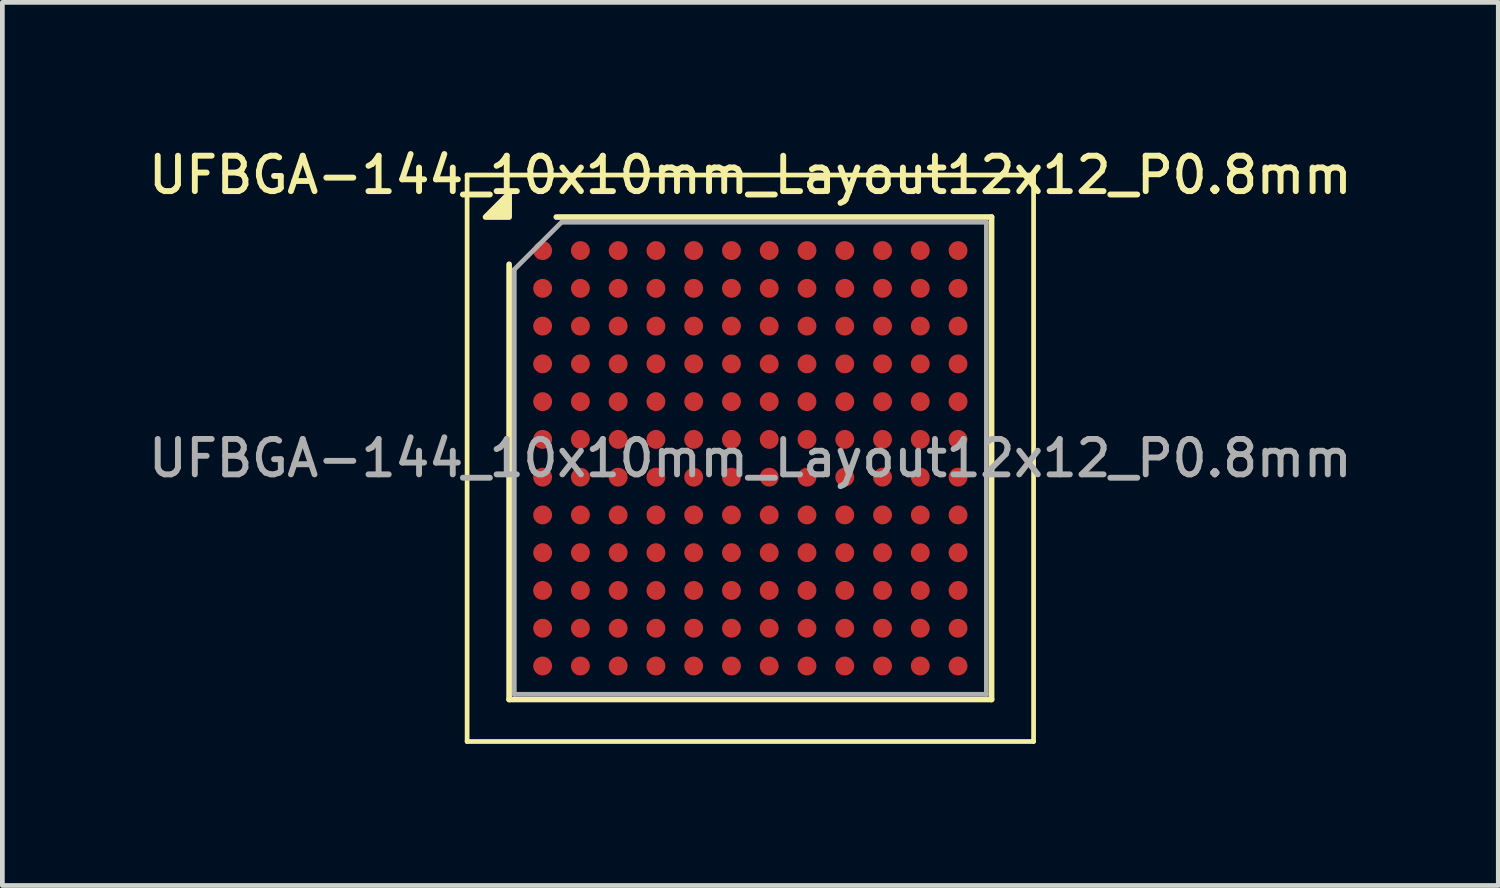
<source format=kicad_pcb>
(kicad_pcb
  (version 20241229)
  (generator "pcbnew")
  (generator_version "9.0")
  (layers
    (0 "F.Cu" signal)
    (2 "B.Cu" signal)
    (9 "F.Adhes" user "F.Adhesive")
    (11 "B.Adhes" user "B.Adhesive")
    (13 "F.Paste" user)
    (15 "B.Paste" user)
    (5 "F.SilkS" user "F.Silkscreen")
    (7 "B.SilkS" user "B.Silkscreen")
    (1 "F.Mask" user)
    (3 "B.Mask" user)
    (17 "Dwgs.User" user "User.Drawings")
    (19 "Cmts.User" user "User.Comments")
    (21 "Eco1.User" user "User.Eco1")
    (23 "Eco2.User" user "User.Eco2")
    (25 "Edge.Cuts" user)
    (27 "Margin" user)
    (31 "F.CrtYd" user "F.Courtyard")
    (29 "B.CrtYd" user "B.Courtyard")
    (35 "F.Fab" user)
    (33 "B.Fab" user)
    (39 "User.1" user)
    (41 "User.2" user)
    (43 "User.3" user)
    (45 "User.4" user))
  (footprint "UFBGA-144_10x10mm_Layout12x12_P0.8mm"
    (layer "F.Cu")
    (at 12.845 6.658)
    (property "Reference" "UFBGA-144_10x10mm_Layout12x12_P0.8mm" (at 0 -6 0) (layer "F.SilkS") (effects (font (size 0.75 0.75) (thickness 0.125))))
    (attr smd)
    (fp_line (start -6 -6) (end -6 6) (stroke (width 0.1) (type solid)) (layer "F.SilkS"))
    (fp_line (start -6 6) (end 6 6) (stroke (width 0.1) (type solid)) (layer "F.SilkS"))
    (fp_line (start -5.11 5.11) (end -5.11 -4.11) (stroke (width 0.12) (type solid)) (layer "F.SilkS"))
    (fp_line (start -4.11 -5.11) (end 5.11 -5.11) (stroke (width 0.12) (type solid)) (layer "F.SilkS"))
    (fp_line (start 5.11 -5.11) (end 5.11 5.11) (stroke (width 0.12) (type solid)) (layer "F.SilkS"))
    (fp_line (start 5.11 5.11) (end -5.11 5.11) (stroke (width 0.12) (type solid)) (layer "F.SilkS"))
    (fp_line (start 6 -6) (end -6 -6) (stroke (width 0.1) (type solid)) (layer "F.SilkS"))
    (fp_line (start 6 6) (end 6 -6) (stroke (width 0.1) (type solid)) (layer "F.SilkS"))
    (fp_poly (pts (xy -5.11 -5.11) (xy -5.61 -5.11) (xy -5.11 -5.61) (xy -5.11 -5.11)) (stroke (width 0.12) (type solid)) (fill yes) (layer "F.SilkS"))
    (fp_line (start -5 -4) (end -4 -5) (stroke (width 0.1) (type solid)) (layer "F.Fab"))
    (fp_line (start -5 5) (end -5 -4) (stroke (width 0.1) (type solid)) (layer "F.Fab"))
    (fp_line (start -4 -5) (end 5 -5) (stroke (width 0.1) (type solid)) (layer "F.Fab"))
    (fp_line (start 5 -5) (end 5 5) (stroke (width 0.1) (type solid)) (layer "F.Fab"))
    (fp_line (start 5 5) (end -5 5) (stroke (width 0.1) (type solid)) (layer "F.Fab"))
    (fp_text user "${REFERENCE}" (at 0 0 0) (layer "F.Fab") (effects (font (size 0.75 0.75) (thickness 0.125))))
    (pad "A1" smd circle (at -4.4 -4.4) (size 0.4 0.4) (property pad_prop_bga) (layers "F.Cu" "F.Mask" "F.Paste"))
    (pad "A2" smd circle (at -3.6 -4.4) (size 0.4 0.4) (property pad_prop_bga) (layers "F.Cu" "F.Mask" "F.Paste"))
    (pad "A3" smd circle (at -2.8 -4.4) (size 0.4 0.4) (property pad_prop_bga) (layers "F.Cu" "F.Mask" "F.Paste"))
    (pad "A4" smd circle (at -2 -4.4) (size 0.4 0.4) (property pad_prop_bga) (layers "F.Cu" "F.Mask" "F.Paste"))
    (pad "A5" smd circle (at -1.2 -4.4) (size 0.4 0.4) (property pad_prop_bga) (layers "F.Cu" "F.Mask" "F.Paste"))
    (pad "A6" smd circle (at -0.4 -4.4) (size 0.4 0.4) (property pad_prop_bga) (layers "F.Cu" "F.Mask" "F.Paste"))
    (pad "A7" smd circle (at 0.4 -4.4) (size 0.4 0.4) (property pad_prop_bga) (layers "F.Cu" "F.Mask" "F.Paste"))
    (pad "A8" smd circle (at 1.2 -4.4) (size 0.4 0.4) (property pad_prop_bga) (layers "F.Cu" "F.Mask" "F.Paste"))
    (pad "A9" smd circle (at 2 -4.4) (size 0.4 0.4) (property pad_prop_bga) (layers "F.Cu" "F.Mask" "F.Paste"))
    (pad "A10" smd circle (at 2.8 -4.4) (size 0.4 0.4) (property pad_prop_bga) (layers "F.Cu" "F.Mask" "F.Paste"))
    (pad "A11" smd circle (at 3.6 -4.4) (size 0.4 0.4) (property pad_prop_bga) (layers "F.Cu" "F.Mask" "F.Paste"))
    (pad "A12" smd circle (at 4.4 -4.4) (size 0.4 0.4) (property pad_prop_bga) (layers "F.Cu" "F.Mask" "F.Paste"))
    (pad "B1" smd circle (at -4.4 -3.6) (size 0.4 0.4) (property pad_prop_bga) (layers "F.Cu" "F.Mask" "F.Paste"))
    (pad "B2" smd circle (at -3.6 -3.6) (size 0.4 0.4) (property pad_prop_bga) (layers "F.Cu" "F.Mask" "F.Paste"))
    (pad "B3" smd circle (at -2.8 -3.6) (size 0.4 0.4) (property pad_prop_bga) (layers "F.Cu" "F.Mask" "F.Paste"))
    (pad "B4" smd circle (at -2 -3.6) (size 0.4 0.4) (property pad_prop_bga) (layers "F.Cu" "F.Mask" "F.Paste"))
    (pad "B5" smd circle (at -1.2 -3.6) (size 0.4 0.4) (property pad_prop_bga) (layers "F.Cu" "F.Mask" "F.Paste"))
    (pad "B6" smd circle (at -0.4 -3.6) (size 0.4 0.4) (property pad_prop_bga) (layers "F.Cu" "F.Mask" "F.Paste"))
    (pad "B7" smd circle (at 0.4 -3.6) (size 0.4 0.4) (property pad_prop_bga) (layers "F.Cu" "F.Mask" "F.Paste"))
    (pad "B8" smd circle (at 1.2 -3.6) (size 0.4 0.4) (property pad_prop_bga) (layers "F.Cu" "F.Mask" "F.Paste"))
    (pad "B9" smd circle (at 2 -3.6) (size 0.4 0.4) (property pad_prop_bga) (layers "F.Cu" "F.Mask" "F.Paste"))
    (pad "B10" smd circle (at 2.8 -3.6) (size 0.4 0.4) (property pad_prop_bga) (layers "F.Cu" "F.Mask" "F.Paste"))
    (pad "B11" smd circle (at 3.6 -3.6) (size 0.4 0.4) (property pad_prop_bga) (layers "F.Cu" "F.Mask" "F.Paste"))
    (pad "B12" smd circle (at 4.4 -3.6) (size 0.4 0.4) (property pad_prop_bga) (layers "F.Cu" "F.Mask" "F.Paste"))
    (pad "C1" smd circle (at -4.4 -2.8) (size 0.4 0.4) (property pad_prop_bga) (layers "F.Cu" "F.Mask" "F.Paste"))
    (pad "C2" smd circle (at -3.6 -2.8) (size 0.4 0.4) (property pad_prop_bga) (layers "F.Cu" "F.Mask" "F.Paste"))
    (pad "C3" smd circle (at -2.8 -2.8) (size 0.4 0.4) (property pad_prop_bga) (layers "F.Cu" "F.Mask" "F.Paste"))
    (pad "C4" smd circle (at -2 -2.8) (size 0.4 0.4) (property pad_prop_bga) (layers "F.Cu" "F.Mask" "F.Paste"))
    (pad "C5" smd circle (at -1.2 -2.8) (size 0.4 0.4) (property pad_prop_bga) (layers "F.Cu" "F.Mask" "F.Paste"))
    (pad "C6" smd circle (at -0.4 -2.8) (size 0.4 0.4) (property pad_prop_bga) (layers "F.Cu" "F.Mask" "F.Paste"))
    (pad "C7" smd circle (at 0.4 -2.8) (size 0.4 0.4) (property pad_prop_bga) (layers "F.Cu" "F.Mask" "F.Paste"))
    (pad "C8" smd circle (at 1.2 -2.8) (size 0.4 0.4) (property pad_prop_bga) (layers "F.Cu" "F.Mask" "F.Paste"))
    (pad "C9" smd circle (at 2 -2.8) (size 0.4 0.4) (property pad_prop_bga) (layers "F.Cu" "F.Mask" "F.Paste"))
    (pad "C10" smd circle (at 2.8 -2.8) (size 0.4 0.4) (property pad_prop_bga) (layers "F.Cu" "F.Mask" "F.Paste"))
    (pad "C11" smd circle (at 3.6 -2.8) (size 0.4 0.4) (property pad_prop_bga) (layers "F.Cu" "F.Mask" "F.Paste"))
    (pad "C12" smd circle (at 4.4 -2.8) (size 0.4 0.4) (property pad_prop_bga) (layers "F.Cu" "F.Mask" "F.Paste"))
    (pad "D1" smd circle (at -4.4 -2) (size 0.4 0.4) (property pad_prop_bga) (layers "F.Cu" "F.Mask" "F.Paste"))
    (pad "D2" smd circle (at -3.6 -2) (size 0.4 0.4) (property pad_prop_bga) (layers "F.Cu" "F.Mask" "F.Paste"))
    (pad "D3" smd circle (at -2.8 -2) (size 0.4 0.4) (property pad_prop_bga) (layers "F.Cu" "F.Mask" "F.Paste"))
    (pad "D4" smd circle (at -2 -2) (size 0.4 0.4) (property pad_prop_bga) (layers "F.Cu" "F.Mask" "F.Paste"))
    (pad "D5" smd circle (at -1.2 -2) (size 0.4 0.4) (property pad_prop_bga) (layers "F.Cu" "F.Mask" "F.Paste"))
    (pad "D6" smd circle (at -0.4 -2) (size 0.4 0.4) (property pad_prop_bga) (layers "F.Cu" "F.Mask" "F.Paste"))
    (pad "D7" smd circle (at 0.4 -2) (size 0.4 0.4) (property pad_prop_bga) (layers "F.Cu" "F.Mask" "F.Paste"))
    (pad "D8" smd circle (at 1.2 -2) (size 0.4 0.4) (property pad_prop_bga) (layers "F.Cu" "F.Mask" "F.Paste"))
    (pad "D9" smd circle (at 2 -2) (size 0.4 0.4) (property pad_prop_bga) (layers "F.Cu" "F.Mask" "F.Paste"))
    (pad "D10" smd circle (at 2.8 -2) (size 0.4 0.4) (property pad_prop_bga) (layers "F.Cu" "F.Mask" "F.Paste"))
    (pad "D11" smd circle (at 3.6 -2) (size 0.4 0.4) (property pad_prop_bga) (layers "F.Cu" "F.Mask" "F.Paste"))
    (pad "D12" smd circle (at 4.4 -2) (size 0.4 0.4) (property pad_prop_bga) (layers "F.Cu" "F.Mask" "F.Paste"))
    (pad "E1" smd circle (at -4.4 -1.2) (size 0.4 0.4) (property pad_prop_bga) (layers "F.Cu" "F.Mask" "F.Paste"))
    (pad "E2" smd circle (at -3.6 -1.2) (size 0.4 0.4) (property pad_prop_bga) (layers "F.Cu" "F.Mask" "F.Paste"))
    (pad "E3" smd circle (at -2.8 -1.2) (size 0.4 0.4) (property pad_prop_bga) (layers "F.Cu" "F.Mask" "F.Paste"))
    (pad "E4" smd circle (at -2 -1.2) (size 0.4 0.4) (property pad_prop_bga) (layers "F.Cu" "F.Mask" "F.Paste"))
    (pad "E5" smd circle (at -1.2 -1.2) (size 0.4 0.4) (property pad_prop_bga) (layers "F.Cu" "F.Mask" "F.Paste"))
    (pad "E6" smd circle (at -0.4 -1.2) (size 0.4 0.4) (property pad_prop_bga) (layers "F.Cu" "F.Mask" "F.Paste"))
    (pad "E7" smd circle (at 0.4 -1.2) (size 0.4 0.4) (property pad_prop_bga) (layers "F.Cu" "F.Mask" "F.Paste"))
    (pad "E8" smd circle (at 1.2 -1.2) (size 0.4 0.4) (property pad_prop_bga) (layers "F.Cu" "F.Mask" "F.Paste"))
    (pad "E9" smd circle (at 2 -1.2) (size 0.4 0.4) (property pad_prop_bga) (layers "F.Cu" "F.Mask" "F.Paste"))
    (pad "E10" smd circle (at 2.8 -1.2) (size 0.4 0.4) (property pad_prop_bga) (layers "F.Cu" "F.Mask" "F.Paste"))
    (pad "E11" smd circle (at 3.6 -1.2) (size 0.4 0.4) (property pad_prop_bga) (layers "F.Cu" "F.Mask" "F.Paste"))
    (pad "E12" smd circle (at 4.4 -1.2) (size 0.4 0.4) (property pad_prop_bga) (layers "F.Cu" "F.Mask" "F.Paste"))
    (pad "F1" smd circle (at -4.4 -0.4) (size 0.4 0.4) (property pad_prop_bga) (layers "F.Cu" "F.Mask" "F.Paste"))
    (pad "F2" smd circle (at -3.6 -0.4) (size 0.4 0.4) (property pad_prop_bga) (layers "F.Cu" "F.Mask" "F.Paste"))
    (pad "F3" smd circle (at -2.8 -0.4) (size 0.4 0.4) (property pad_prop_bga) (layers "F.Cu" "F.Mask" "F.Paste"))
    (pad "F4" smd circle (at -2 -0.4) (size 0.4 0.4) (property pad_prop_bga) (layers "F.Cu" "F.Mask" "F.Paste"))
    (pad "F5" smd circle (at -1.2 -0.4) (size 0.4 0.4) (property pad_prop_bga) (layers "F.Cu" "F.Mask" "F.Paste"))
    (pad "F6" smd circle (at -0.4 -0.4) (size 0.4 0.4) (property pad_prop_bga) (layers "F.Cu" "F.Mask" "F.Paste"))
    (pad "F7" smd circle (at 0.4 -0.4) (size 0.4 0.4) (property pad_prop_bga) (layers "F.Cu" "F.Mask" "F.Paste"))
    (pad "F8" smd circle (at 1.2 -0.4) (size 0.4 0.4) (property pad_prop_bga) (layers "F.Cu" "F.Mask" "F.Paste"))
    (pad "F9" smd circle (at 2 -0.4) (size 0.4 0.4) (property pad_prop_bga) (layers "F.Cu" "F.Mask" "F.Paste"))
    (pad "F10" smd circle (at 2.8 -0.4) (size 0.4 0.4) (property pad_prop_bga) (layers "F.Cu" "F.Mask" "F.Paste"))
    (pad "F11" smd circle (at 3.6 -0.4) (size 0.4 0.4) (property pad_prop_bga) (layers "F.Cu" "F.Mask" "F.Paste"))
    (pad "F12" smd circle (at 4.4 -0.4) (size 0.4 0.4) (property pad_prop_bga) (layers "F.Cu" "F.Mask" "F.Paste"))
    (pad "G1" smd circle (at -4.4 0.4) (size 0.4 0.4) (property pad_prop_bga) (layers "F.Cu" "F.Mask" "F.Paste"))
    (pad "G2" smd circle (at -3.6 0.4) (size 0.4 0.4) (property pad_prop_bga) (layers "F.Cu" "F.Mask" "F.Paste"))
    (pad "G3" smd circle (at -2.8 0.4) (size 0.4 0.4) (property pad_prop_bga) (layers "F.Cu" "F.Mask" "F.Paste"))
    (pad "G4" smd circle (at -2 0.4) (size 0.4 0.4) (property pad_prop_bga) (layers "F.Cu" "F.Mask" "F.Paste"))
    (pad "G5" smd circle (at -1.2 0.4) (size 0.4 0.4) (property pad_prop_bga) (layers "F.Cu" "F.Mask" "F.Paste"))
    (pad "G6" smd circle (at -0.4 0.4) (size 0.4 0.4) (property pad_prop_bga) (layers "F.Cu" "F.Mask" "F.Paste"))
    (pad "G7" smd circle (at 0.4 0.4) (size 0.4 0.4) (property pad_prop_bga) (layers "F.Cu" "F.Mask" "F.Paste"))
    (pad "G8" smd circle (at 1.2 0.4) (size 0.4 0.4) (property pad_prop_bga) (layers "F.Cu" "F.Mask" "F.Paste"))
    (pad "G9" smd circle (at 2 0.4) (size 0.4 0.4) (property pad_prop_bga) (layers "F.Cu" "F.Mask" "F.Paste"))
    (pad "G10" smd circle (at 2.8 0.4) (size 0.4 0.4) (property pad_prop_bga) (layers "F.Cu" "F.Mask" "F.Paste"))
    (pad "G11" smd circle (at 3.6 0.4) (size 0.4 0.4) (property pad_prop_bga) (layers "F.Cu" "F.Mask" "F.Paste"))
    (pad "G12" smd circle (at 4.4 0.4) (size 0.4 0.4) (property pad_prop_bga) (layers "F.Cu" "F.Mask" "F.Paste"))
    (pad "H1" smd circle (at -4.4 1.2) (size 0.4 0.4) (property pad_prop_bga) (layers "F.Cu" "F.Mask" "F.Paste"))
    (pad "H2" smd circle (at -3.6 1.2) (size 0.4 0.4) (property pad_prop_bga) (layers "F.Cu" "F.Mask" "F.Paste"))
    (pad "H3" smd circle (at -2.8 1.2) (size 0.4 0.4) (property pad_prop_bga) (layers "F.Cu" "F.Mask" "F.Paste"))
    (pad "H4" smd circle (at -2 1.2) (size 0.4 0.4) (property pad_prop_bga) (layers "F.Cu" "F.Mask" "F.Paste"))
    (pad "H5" smd circle (at -1.2 1.2) (size 0.4 0.4) (property pad_prop_bga) (layers "F.Cu" "F.Mask" "F.Paste"))
    (pad "H6" smd circle (at -0.4 1.2) (size 0.4 0.4) (property pad_prop_bga) (layers "F.Cu" "F.Mask" "F.Paste"))
    (pad "H7" smd circle (at 0.4 1.2) (size 0.4 0.4) (property pad_prop_bga) (layers "F.Cu" "F.Mask" "F.Paste"))
    (pad "H8" smd circle (at 1.2 1.2) (size 0.4 0.4) (property pad_prop_bga) (layers "F.Cu" "F.Mask" "F.Paste"))
    (pad "H9" smd circle (at 2 1.2) (size 0.4 0.4) (property pad_prop_bga) (layers "F.Cu" "F.Mask" "F.Paste"))
    (pad "H10" smd circle (at 2.8 1.2) (size 0.4 0.4) (property pad_prop_bga) (layers "F.Cu" "F.Mask" "F.Paste"))
    (pad "H11" smd circle (at 3.6 1.2) (size 0.4 0.4) (property pad_prop_bga) (layers "F.Cu" "F.Mask" "F.Paste"))
    (pad "H12" smd circle (at 4.4 1.2) (size 0.4 0.4) (property pad_prop_bga) (layers "F.Cu" "F.Mask" "F.Paste"))
    (pad "J1" smd circle (at -4.4 2) (size 0.4 0.4) (property pad_prop_bga) (layers "F.Cu" "F.Mask" "F.Paste"))
    (pad "J2" smd circle (at -3.6 2) (size 0.4 0.4) (property pad_prop_bga) (layers "F.Cu" "F.Mask" "F.Paste"))
    (pad "J3" smd circle (at -2.8 2) (size 0.4 0.4) (property pad_prop_bga) (layers "F.Cu" "F.Mask" "F.Paste"))
    (pad "J4" smd circle (at -2 2) (size 0.4 0.4) (property pad_prop_bga) (layers "F.Cu" "F.Mask" "F.Paste"))
    (pad "J5" smd circle (at -1.2 2) (size 0.4 0.4) (property pad_prop_bga) (layers "F.Cu" "F.Mask" "F.Paste"))
    (pad "J6" smd circle (at -0.4 2) (size 0.4 0.4) (property pad_prop_bga) (layers "F.Cu" "F.Mask" "F.Paste"))
    (pad "J7" smd circle (at 0.4 2) (size 0.4 0.4) (property pad_prop_bga) (layers "F.Cu" "F.Mask" "F.Paste"))
    (pad "J8" smd circle (at 1.2 2) (size 0.4 0.4) (property pad_prop_bga) (layers "F.Cu" "F.Mask" "F.Paste"))
    (pad "J9" smd circle (at 2 2) (size 0.4 0.4) (property pad_prop_bga) (layers "F.Cu" "F.Mask" "F.Paste"))
    (pad "J10" smd circle (at 2.8 2) (size 0.4 0.4) (property pad_prop_bga) (layers "F.Cu" "F.Mask" "F.Paste"))
    (pad "J11" smd circle (at 3.6 2) (size 0.4 0.4) (property pad_prop_bga) (layers "F.Cu" "F.Mask" "F.Paste"))
    (pad "J12" smd circle (at 4.4 2) (size 0.4 0.4) (property pad_prop_bga) (layers "F.Cu" "F.Mask" "F.Paste"))
    (pad "K1" smd circle (at -4.4 2.8) (size 0.4 0.4) (property pad_prop_bga) (layers "F.Cu" "F.Mask" "F.Paste"))
    (pad "K2" smd circle (at -3.6 2.8) (size 0.4 0.4) (property pad_prop_bga) (layers "F.Cu" "F.Mask" "F.Paste"))
    (pad "K3" smd circle (at -2.8 2.8) (size 0.4 0.4) (property pad_prop_bga) (layers "F.Cu" "F.Mask" "F.Paste"))
    (pad "K4" smd circle (at -2 2.8) (size 0.4 0.4) (property pad_prop_bga) (layers "F.Cu" "F.Mask" "F.Paste"))
    (pad "K5" smd circle (at -1.2 2.8) (size 0.4 0.4) (property pad_prop_bga) (layers "F.Cu" "F.Mask" "F.Paste"))
    (pad "K6" smd circle (at -0.4 2.8) (size 0.4 0.4) (property pad_prop_bga) (layers "F.Cu" "F.Mask" "F.Paste"))
    (pad "K7" smd circle (at 0.4 2.8) (size 0.4 0.4) (property pad_prop_bga) (layers "F.Cu" "F.Mask" "F.Paste"))
    (pad "K8" smd circle (at 1.2 2.8) (size 0.4 0.4) (property pad_prop_bga) (layers "F.Cu" "F.Mask" "F.Paste"))
    (pad "K9" smd circle (at 2 2.8) (size 0.4 0.4) (property pad_prop_bga) (layers "F.Cu" "F.Mask" "F.Paste"))
    (pad "K10" smd circle (at 2.8 2.8) (size 0.4 0.4) (property pad_prop_bga) (layers "F.Cu" "F.Mask" "F.Paste"))
    (pad "K11" smd circle (at 3.6 2.8) (size 0.4 0.4) (property pad_prop_bga) (layers "F.Cu" "F.Mask" "F.Paste"))
    (pad "K12" smd circle (at 4.4 2.8) (size 0.4 0.4) (property pad_prop_bga) (layers "F.Cu" "F.Mask" "F.Paste"))
    (pad "L1" smd circle (at -4.4 3.6) (size 0.4 0.4) (property pad_prop_bga) (layers "F.Cu" "F.Mask" "F.Paste"))
    (pad "L2" smd circle (at -3.6 3.6) (size 0.4 0.4) (property pad_prop_bga) (layers "F.Cu" "F.Mask" "F.Paste"))
    (pad "L3" smd circle (at -2.8 3.6) (size 0.4 0.4) (property pad_prop_bga) (layers "F.Cu" "F.Mask" "F.Paste"))
    (pad "L4" smd circle (at -2 3.6) (size 0.4 0.4) (property pad_prop_bga) (layers "F.Cu" "F.Mask" "F.Paste"))
    (pad "L5" smd circle (at -1.2 3.6) (size 0.4 0.4) (property pad_prop_bga) (layers "F.Cu" "F.Mask" "F.Paste"))
    (pad "L6" smd circle (at -0.4 3.6) (size 0.4 0.4) (property pad_prop_bga) (layers "F.Cu" "F.Mask" "F.Paste"))
    (pad "L7" smd circle (at 0.4 3.6) (size 0.4 0.4) (property pad_prop_bga) (layers "F.Cu" "F.Mask" "F.Paste"))
    (pad "L8" smd circle (at 1.2 3.6) (size 0.4 0.4) (property pad_prop_bga) (layers "F.Cu" "F.Mask" "F.Paste"))
    (pad "L9" smd circle (at 2 3.6) (size 0.4 0.4) (property pad_prop_bga) (layers "F.Cu" "F.Mask" "F.Paste"))
    (pad "L10" smd circle (at 2.8 3.6) (size 0.4 0.4) (property pad_prop_bga) (layers "F.Cu" "F.Mask" "F.Paste"))
    (pad "L11" smd circle (at 3.6 3.6) (size 0.4 0.4) (property pad_prop_bga) (layers "F.Cu" "F.Mask" "F.Paste"))
    (pad "L12" smd circle (at 4.4 3.6) (size 0.4 0.4) (property pad_prop_bga) (layers "F.Cu" "F.Mask" "F.Paste"))
    (pad "M1" smd circle (at -4.4 4.4) (size 0.4 0.4) (property pad_prop_bga) (layers "F.Cu" "F.Mask" "F.Paste"))
    (pad "M2" smd circle (at -3.6 4.4) (size 0.4 0.4) (property pad_prop_bga) (layers "F.Cu" "F.Mask" "F.Paste"))
    (pad "M3" smd circle (at -2.8 4.4) (size 0.4 0.4) (property pad_prop_bga) (layers "F.Cu" "F.Mask" "F.Paste"))
    (pad "M4" smd circle (at -2 4.4) (size 0.4 0.4) (property pad_prop_bga) (layers "F.Cu" "F.Mask" "F.Paste"))
    (pad "M5" smd circle (at -1.2 4.4) (size 0.4 0.4) (property pad_prop_bga) (layers "F.Cu" "F.Mask" "F.Paste"))
    (pad "M6" smd circle (at -0.4 4.4) (size 0.4 0.4) (property pad_prop_bga) (layers "F.Cu" "F.Mask" "F.Paste"))
    (pad "M7" smd circle (at 0.4 4.4) (size 0.4 0.4) (property pad_prop_bga) (layers "F.Cu" "F.Mask" "F.Paste"))
    (pad "M8" smd circle (at 1.2 4.4) (size 0.4 0.4) (property pad_prop_bga) (layers "F.Cu" "F.Mask" "F.Paste"))
    (pad "M9" smd circle (at 2 4.4) (size 0.4 0.4) (property pad_prop_bga) (layers "F.Cu" "F.Mask" "F.Paste"))
    (pad "M10" smd circle (at 2.8 4.4) (size 0.4 0.4) (property pad_prop_bga) (layers "F.Cu" "F.Mask" "F.Paste"))
    (pad "M11" smd circle (at 3.6 4.4) (size 0.4 0.4) (property pad_prop_bga) (layers "F.Cu" "F.Mask" "F.Paste"))
    (pad "M12" smd circle (at 4.4 4.4) (size 0.4 0.4) (property pad_prop_bga) (layers "F.Cu" "F.Mask" "F.Paste")))
  (gr_rect
    (start -3 -3)
    (end 28.689 15.708)
    (stroke (width 0.1) (type default))
    (fill no)
    (layer "Edge.Cuts")))
</source>
